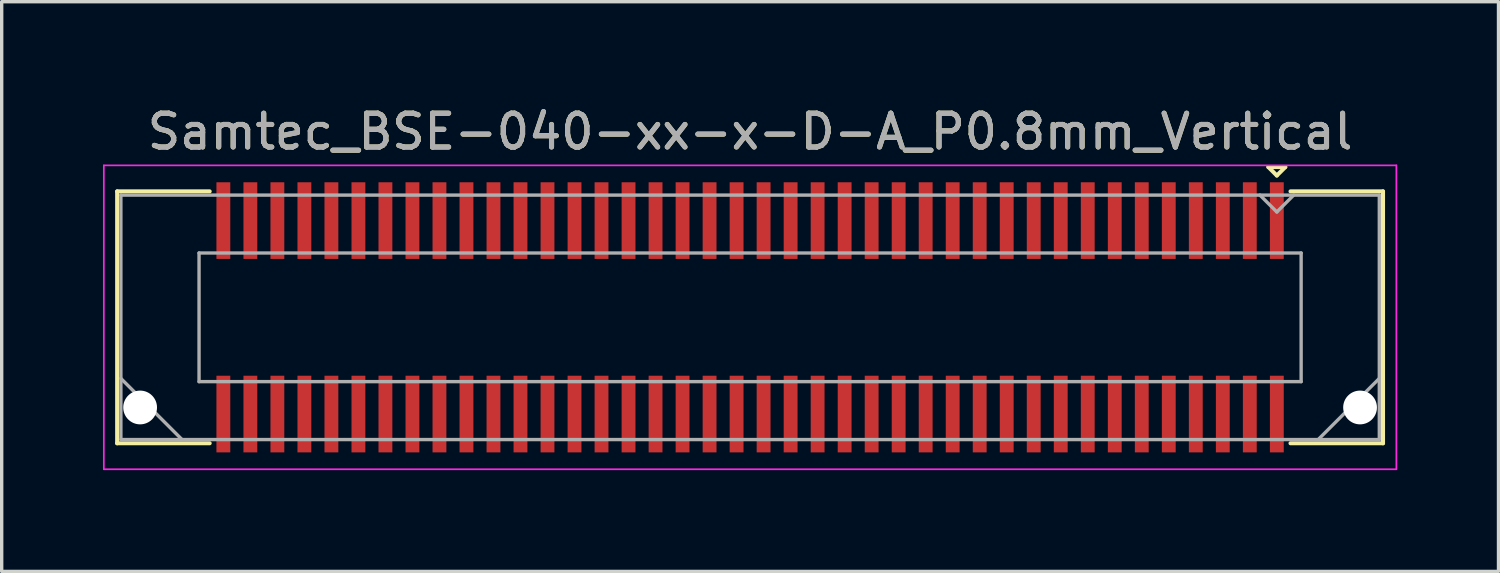
<source format=kicad_pcb>
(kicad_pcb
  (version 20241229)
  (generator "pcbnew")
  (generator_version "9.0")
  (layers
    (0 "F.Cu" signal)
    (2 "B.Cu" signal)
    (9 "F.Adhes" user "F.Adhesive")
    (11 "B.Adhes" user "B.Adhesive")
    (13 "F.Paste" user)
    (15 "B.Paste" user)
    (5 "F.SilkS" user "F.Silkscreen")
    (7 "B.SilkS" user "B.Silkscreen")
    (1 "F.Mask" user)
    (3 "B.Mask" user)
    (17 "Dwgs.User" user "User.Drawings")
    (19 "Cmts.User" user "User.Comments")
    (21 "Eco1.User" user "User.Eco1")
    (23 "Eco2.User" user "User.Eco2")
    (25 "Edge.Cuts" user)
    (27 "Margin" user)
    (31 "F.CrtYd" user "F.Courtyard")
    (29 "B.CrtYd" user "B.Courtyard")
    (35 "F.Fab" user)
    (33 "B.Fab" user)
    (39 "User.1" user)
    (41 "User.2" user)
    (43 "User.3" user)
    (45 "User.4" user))
  (footprint "Samtec_BSE-040-xx-x-D-A_P0.8mm_Vertical"
    (layer "F.Cu")
    (at 19.165 6.348)
    (property "Reference" "Samtec_BSE-040-xx-x-D-A_P0.8mm_Vertical" (at 0 -5.5 0) (layer "F.SilkS") (effects (font (size 1 1) (thickness 0.15))))
    (attr smd)
    (fp_line (start -18.745 -3.73) (end -16.005 -3.73) (stroke (width 0.12) (type solid)) (layer "F.SilkS"))
    (fp_line (start -18.745 3.73) (end -18.745 -3.73) (stroke (width 0.12) (type solid)) (layer "F.SilkS"))
    (fp_line (start -16.005 3.73) (end -18.745 3.73) (stroke (width 0.12) (type solid)) (layer "F.SilkS"))
    (fp_line (start 15.35 -4.45) (end 15.85 -4.45) (stroke (width 0.12) (type solid)) (layer "F.SilkS"))
    (fp_line (start 15.6 -4.2) (end 15.35 -4.45) (stroke (width 0.12) (type solid)) (layer "F.SilkS"))
    (fp_line (start 15.85 -4.45) (end 15.6 -4.2) (stroke (width 0.12) (type solid)) (layer "F.SilkS"))
    (fp_line (start 16.005 3.73) (end 18.745 3.73) (stroke (width 0.12) (type solid)) (layer "F.SilkS"))
    (fp_line (start 18.745 -3.73) (end 16.005 -3.73) (stroke (width 0.12) (type solid)) (layer "F.SilkS"))
    (fp_line (start 18.745 3.73) (end 18.745 -3.73) (stroke (width 0.12) (type solid)) (layer "F.SilkS"))
    (fp_line (start -19.14 -4.5) (end -19.14 4.5) (stroke (width 0.05) (type solid)) (layer "F.CrtYd"))
    (fp_line (start -19.14 4.5) (end 19.14 4.5) (stroke (width 0.05) (type solid)) (layer "F.CrtYd"))
    (fp_line (start 19.14 -4.5) (end -19.14 -4.5) (stroke (width 0.05) (type solid)) (layer "F.CrtYd"))
    (fp_line (start 19.14 4.5) (end 19.14 -4.5) (stroke (width 0.05) (type solid)) (layer "F.CrtYd"))
    (fp_line (start -18.635 -3.62) (end -18.635 3.62) (stroke (width 0.1) (type solid)) (layer "F.Fab"))
    (fp_line (start -18.635 1.81) (end -16.825 3.62) (stroke (width 0.1) (type solid)) (layer "F.Fab"))
    (fp_line (start -18.635 3.62) (end 18.635 3.62) (stroke (width 0.1) (type solid)) (layer "F.Fab"))
    (fp_line (start -16.32 -1.905) (end -16.32 1.905) (stroke (width 0.1) (type solid)) (layer "F.Fab"))
    (fp_line (start -16.32 1.905) (end 16.32 1.905) (stroke (width 0.1) (type solid)) (layer "F.Fab"))
    (fp_line (start 15.6 -3.12) (end 15.1 -3.62) (stroke (width 0.1) (type solid)) (layer "F.Fab"))
    (fp_line (start 16.1 -3.62) (end 15.6 -3.12) (stroke (width 0.1) (type solid)) (layer "F.Fab"))
    (fp_line (start 16.32 -1.905) (end -16.32 -1.905) (stroke (width 0.1) (type solid)) (layer "F.Fab"))
    (fp_line (start 16.32 1.905) (end 16.32 -1.905) (stroke (width 0.1) (type solid)) (layer "F.Fab"))
    (fp_line (start 18.635 -3.62) (end -18.635 -3.62) (stroke (width 0.1) (type solid)) (layer "F.Fab"))
    (fp_line (start 18.635 1.81) (end 16.825 3.62) (stroke (width 0.1) (type solid)) (layer "F.Fab"))
    (fp_line (start 18.635 3.62) (end 18.635 -3.62) (stroke (width 0.1) (type solid)) (layer "F.Fab"))
    (fp_text user "${REFERENCE}" (at 0 -5.5 0) (layer "F.Fab") (effects (font (size 1 1) (thickness 0.15))))
    (pad "" np_thru_hole circle (at -18.065 2.67) (size 1 1) (drill 1) (layers "*.Cu" "*.Mask"))
    (pad "" np_thru_hole circle (at 18.065 2.67) (size 1 1) (drill 1) (layers "*.Cu" "*.Mask"))
    (pad "1" smd rect (at 15.6 -2.865) (size 0.41 2.27) (layers "F.Cu" "F.Mask" "F.Paste"))
    (pad "2" smd rect (at 15.6 2.865) (size 0.41 2.27) (layers "F.Cu" "F.Mask" "F.Paste"))
    (pad "3" smd rect (at 14.8 -2.865) (size 0.41 2.27) (layers "F.Cu" "F.Mask" "F.Paste"))
    (pad "4" smd rect (at 14.8 2.865) (size 0.41 2.27) (layers "F.Cu" "F.Mask" "F.Paste"))
    (pad "5" smd rect (at 14 -2.865) (size 0.41 2.27) (layers "F.Cu" "F.Mask" "F.Paste"))
    (pad "6" smd rect (at 14 2.865) (size 0.41 2.27) (layers "F.Cu" "F.Mask" "F.Paste"))
    (pad "7" smd rect (at 13.2 -2.865) (size 0.41 2.27) (layers "F.Cu" "F.Mask" "F.Paste"))
    (pad "8" smd rect (at 13.2 2.865) (size 0.41 2.27) (layers "F.Cu" "F.Mask" "F.Paste"))
    (pad "9" smd rect (at 12.4 -2.865) (size 0.41 2.27) (layers "F.Cu" "F.Mask" "F.Paste"))
    (pad "10" smd rect (at 12.4 2.865) (size 0.41 2.27) (layers "F.Cu" "F.Mask" "F.Paste"))
    (pad "11" smd rect (at 11.6 -2.865) (size 0.41 2.27) (layers "F.Cu" "F.Mask" "F.Paste"))
    (pad "12" smd rect (at 11.6 2.865) (size 0.41 2.27) (layers "F.Cu" "F.Mask" "F.Paste"))
    (pad "13" smd rect (at 10.8 -2.865) (size 0.41 2.27) (layers "F.Cu" "F.Mask" "F.Paste"))
    (pad "14" smd rect (at 10.8 2.865) (size 0.41 2.27) (layers "F.Cu" "F.Mask" "F.Paste"))
    (pad "15" smd rect (at 10 -2.865) (size 0.41 2.27) (layers "F.Cu" "F.Mask" "F.Paste"))
    (pad "16" smd rect (at 10 2.865) (size 0.41 2.27) (layers "F.Cu" "F.Mask" "F.Paste"))
    (pad "17" smd rect (at 9.2 -2.865) (size 0.41 2.27) (layers "F.Cu" "F.Mask" "F.Paste"))
    (pad "18" smd rect (at 9.2 2.865) (size 0.41 2.27) (layers "F.Cu" "F.Mask" "F.Paste"))
    (pad "19" smd rect (at 8.4 -2.865) (size 0.41 2.27) (layers "F.Cu" "F.Mask" "F.Paste"))
    (pad "20" smd rect (at 8.4 2.865) (size 0.41 2.27) (layers "F.Cu" "F.Mask" "F.Paste"))
    (pad "21" smd rect (at 7.6 -2.865) (size 0.41 2.27) (layers "F.Cu" "F.Mask" "F.Paste"))
    (pad "22" smd rect (at 7.6 2.865) (size 0.41 2.27) (layers "F.Cu" "F.Mask" "F.Paste"))
    (pad "23" smd rect (at 6.8 -2.865) (size 0.41 2.27) (layers "F.Cu" "F.Mask" "F.Paste"))
    (pad "24" smd rect (at 6.8 2.865) (size 0.41 2.27) (layers "F.Cu" "F.Mask" "F.Paste"))
    (pad "25" smd rect (at 6 -2.865) (size 0.41 2.27) (layers "F.Cu" "F.Mask" "F.Paste"))
    (pad "26" smd rect (at 6 2.865) (size 0.41 2.27) (layers "F.Cu" "F.Mask" "F.Paste"))
    (pad "27" smd rect (at 5.2 -2.865) (size 0.41 2.27) (layers "F.Cu" "F.Mask" "F.Paste"))
    (pad "28" smd rect (at 5.2 2.865) (size 0.41 2.27) (layers "F.Cu" "F.Mask" "F.Paste"))
    (pad "29" smd rect (at 4.4 -2.865) (size 0.41 2.27) (layers "F.Cu" "F.Mask" "F.Paste"))
    (pad "30" smd rect (at 4.4 2.865) (size 0.41 2.27) (layers "F.Cu" "F.Mask" "F.Paste"))
    (pad "31" smd rect (at 3.6 -2.865) (size 0.41 2.27) (layers "F.Cu" "F.Mask" "F.Paste"))
    (pad "32" smd rect (at 3.6 2.865) (size 0.41 2.27) (layers "F.Cu" "F.Mask" "F.Paste"))
    (pad "33" smd rect (at 2.8 -2.865) (size 0.41 2.27) (layers "F.Cu" "F.Mask" "F.Paste"))
    (pad "34" smd rect (at 2.8 2.865) (size 0.41 2.27) (layers "F.Cu" "F.Mask" "F.Paste"))
    (pad "35" smd rect (at 2 -2.865) (size 0.41 2.27) (layers "F.Cu" "F.Mask" "F.Paste"))
    (pad "36" smd rect (at 2 2.865) (size 0.41 2.27) (layers "F.Cu" "F.Mask" "F.Paste"))
    (pad "37" smd rect (at 1.2 -2.865) (size 0.41 2.27) (layers "F.Cu" "F.Mask" "F.Paste"))
    (pad "38" smd rect (at 1.2 2.865) (size 0.41 2.27) (layers "F.Cu" "F.Mask" "F.Paste"))
    (pad "39" smd rect (at 0.4 -2.865) (size 0.41 2.27) (layers "F.Cu" "F.Mask" "F.Paste"))
    (pad "40" smd rect (at 0.4 2.865) (size 0.41 2.27) (layers "F.Cu" "F.Mask" "F.Paste"))
    (pad "41" smd rect (at -0.4 -2.865) (size 0.41 2.27) (layers "F.Cu" "F.Mask" "F.Paste"))
    (pad "42" smd rect (at -0.4 2.865) (size 0.41 2.27) (layers "F.Cu" "F.Mask" "F.Paste"))
    (pad "43" smd rect (at -1.2 -2.865) (size 0.41 2.27) (layers "F.Cu" "F.Mask" "F.Paste"))
    (pad "44" smd rect (at -1.2 2.865) (size 0.41 2.27) (layers "F.Cu" "F.Mask" "F.Paste"))
    (pad "45" smd rect (at -2 -2.865) (size 0.41 2.27) (layers "F.Cu" "F.Mask" "F.Paste"))
    (pad "46" smd rect (at -2 2.865) (size 0.41 2.27) (layers "F.Cu" "F.Mask" "F.Paste"))
    (pad "47" smd rect (at -2.8 -2.865) (size 0.41 2.27) (layers "F.Cu" "F.Mask" "F.Paste"))
    (pad "48" smd rect (at -2.8 2.865) (size 0.41 2.27) (layers "F.Cu" "F.Mask" "F.Paste"))
    (pad "49" smd rect (at -3.6 -2.865) (size 0.41 2.27) (layers "F.Cu" "F.Mask" "F.Paste"))
    (pad "50" smd rect (at -3.6 2.865) (size 0.41 2.27) (layers "F.Cu" "F.Mask" "F.Paste"))
    (pad "51" smd rect (at -4.4 -2.865) (size 0.41 2.27) (layers "F.Cu" "F.Mask" "F.Paste"))
    (pad "52" smd rect (at -4.4 2.865) (size 0.41 2.27) (layers "F.Cu" "F.Mask" "F.Paste"))
    (pad "53" smd rect (at -5.2 -2.865) (size 0.41 2.27) (layers "F.Cu" "F.Mask" "F.Paste"))
    (pad "54" smd rect (at -5.2 2.865) (size 0.41 2.27) (layers "F.Cu" "F.Mask" "F.Paste"))
    (pad "55" smd rect (at -6 -2.865) (size 0.41 2.27) (layers "F.Cu" "F.Mask" "F.Paste"))
    (pad "56" smd rect (at -6 2.865) (size 0.41 2.27) (layers "F.Cu" "F.Mask" "F.Paste"))
    (pad "57" smd rect (at -6.8 -2.865) (size 0.41 2.27) (layers "F.Cu" "F.Mask" "F.Paste"))
    (pad "58" smd rect (at -6.8 2.865) (size 0.41 2.27) (layers "F.Cu" "F.Mask" "F.Paste"))
    (pad "59" smd rect (at -7.6 -2.865) (size 0.41 2.27) (layers "F.Cu" "F.Mask" "F.Paste"))
    (pad "60" smd rect (at -7.6 2.865) (size 0.41 2.27) (layers "F.Cu" "F.Mask" "F.Paste"))
    (pad "61" smd rect (at -8.4 -2.865) (size 0.41 2.27) (layers "F.Cu" "F.Mask" "F.Paste"))
    (pad "62" smd rect (at -8.4 2.865) (size 0.41 2.27) (layers "F.Cu" "F.Mask" "F.Paste"))
    (pad "63" smd rect (at -9.2 -2.865) (size 0.41 2.27) (layers "F.Cu" "F.Mask" "F.Paste"))
    (pad "64" smd rect (at -9.2 2.865) (size 0.41 2.27) (layers "F.Cu" "F.Mask" "F.Paste"))
    (pad "65" smd rect (at -10 -2.865) (size 0.41 2.27) (layers "F.Cu" "F.Mask" "F.Paste"))
    (pad "66" smd rect (at -10 2.865) (size 0.41 2.27) (layers "F.Cu" "F.Mask" "F.Paste"))
    (pad "67" smd rect (at -10.8 -2.865) (size 0.41 2.27) (layers "F.Cu" "F.Mask" "F.Paste"))
    (pad "68" smd rect (at -10.8 2.865) (size 0.41 2.27) (layers "F.Cu" "F.Mask" "F.Paste"))
    (pad "69" smd rect (at -11.6 -2.865) (size 0.41 2.27) (layers "F.Cu" "F.Mask" "F.Paste"))
    (pad "70" smd rect (at -11.6 2.865) (size 0.41 2.27) (layers "F.Cu" "F.Mask" "F.Paste"))
    (pad "71" smd rect (at -12.4 -2.865) (size 0.41 2.27) (layers "F.Cu" "F.Mask" "F.Paste"))
    (pad "72" smd rect (at -12.4 2.865) (size 0.41 2.27) (layers "F.Cu" "F.Mask" "F.Paste"))
    (pad "73" smd rect (at -13.2 -2.865) (size 0.41 2.27) (layers "F.Cu" "F.Mask" "F.Paste"))
    (pad "74" smd rect (at -13.2 2.865) (size 0.41 2.27) (layers "F.Cu" "F.Mask" "F.Paste"))
    (pad "75" smd rect (at -14 -2.865) (size 0.41 2.27) (layers "F.Cu" "F.Mask" "F.Paste"))
    (pad "76" smd rect (at -14 2.865) (size 0.41 2.27) (layers "F.Cu" "F.Mask" "F.Paste"))
    (pad "77" smd rect (at -14.8 -2.865) (size 0.41 2.27) (layers "F.Cu" "F.Mask" "F.Paste"))
    (pad "78" smd rect (at -14.8 2.865) (size 0.41 2.27) (layers "F.Cu" "F.Mask" "F.Paste"))
    (pad "79" smd rect (at -15.6 -2.865) (size 0.41 2.27) (layers "F.Cu" "F.Mask" "F.Paste"))
    (pad "80" smd rect (at -15.6 2.865) (size 0.41 2.27) (layers "F.Cu" "F.Mask" "F.Paste")))
  (gr_rect
    (start -3 -3)
    (end 41.33 13.873)
    (stroke (width 0.1) (type default))
    (fill no)
    (layer "Edge.Cuts")))
</source>
